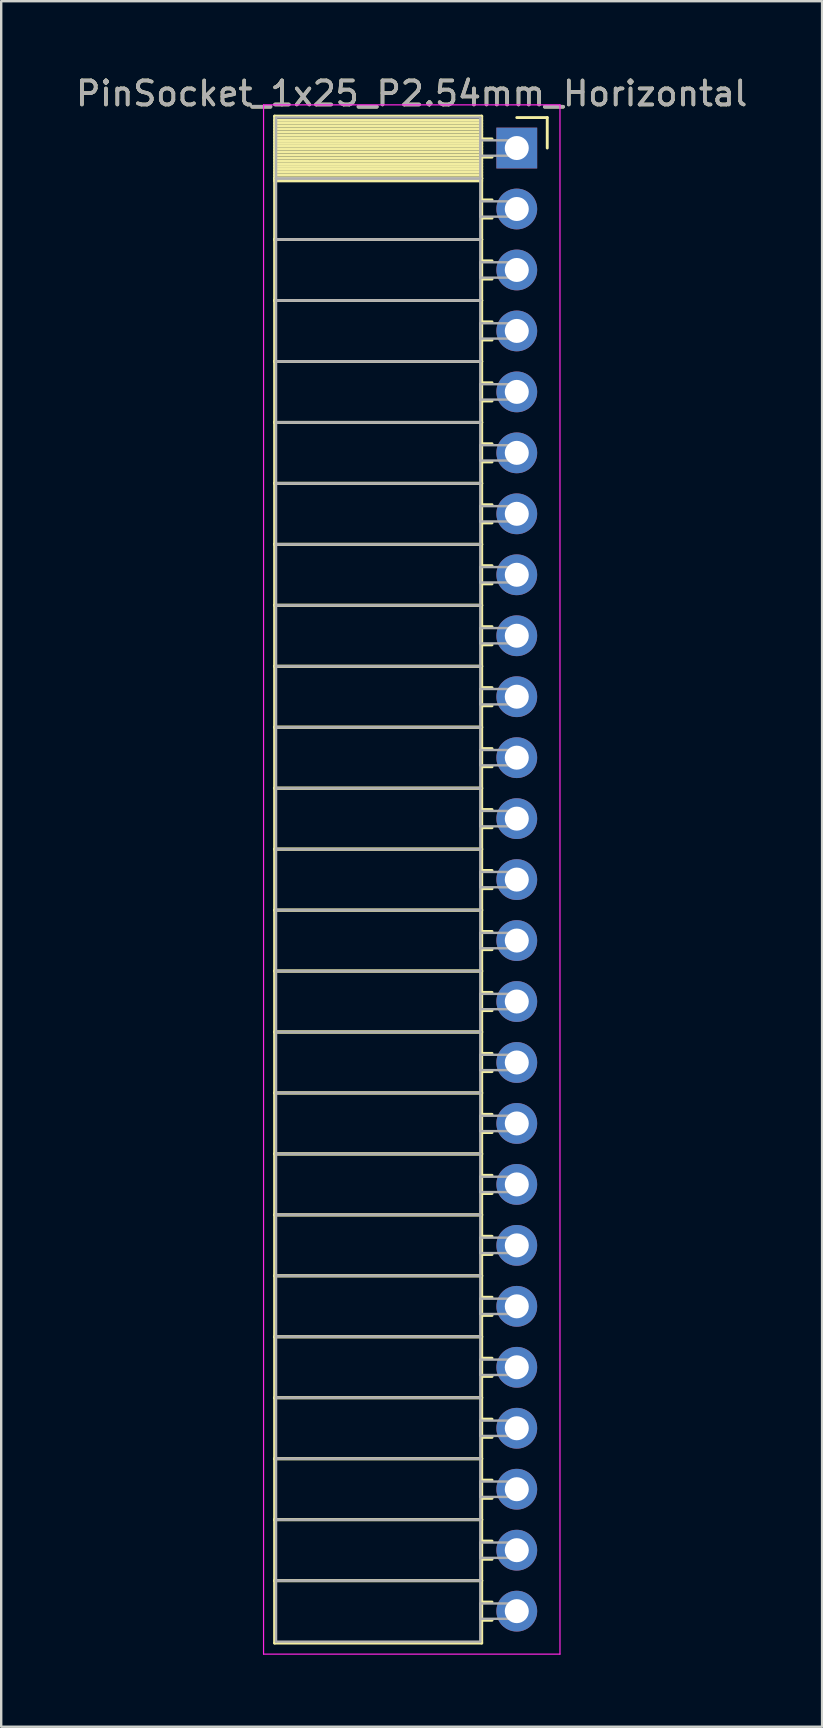
<source format=kicad_pcb>
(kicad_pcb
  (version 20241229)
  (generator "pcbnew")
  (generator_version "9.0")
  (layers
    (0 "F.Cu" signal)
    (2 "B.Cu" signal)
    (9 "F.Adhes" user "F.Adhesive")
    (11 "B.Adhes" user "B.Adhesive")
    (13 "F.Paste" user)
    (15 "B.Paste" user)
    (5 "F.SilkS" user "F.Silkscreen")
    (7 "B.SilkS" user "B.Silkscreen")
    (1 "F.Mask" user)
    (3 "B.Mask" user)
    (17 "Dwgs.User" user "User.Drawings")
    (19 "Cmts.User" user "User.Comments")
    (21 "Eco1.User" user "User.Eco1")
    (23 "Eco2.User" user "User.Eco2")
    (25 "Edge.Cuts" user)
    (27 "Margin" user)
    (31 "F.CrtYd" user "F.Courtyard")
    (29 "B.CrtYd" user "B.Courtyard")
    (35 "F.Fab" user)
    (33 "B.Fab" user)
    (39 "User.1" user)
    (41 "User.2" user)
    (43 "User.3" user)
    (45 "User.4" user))
  (footprint "PinSocket_1x25_P2.54mm_Horizontal"
    (layer "F.Cu")
    (at 18.481 3.118)
    (property "Reference" "PinSocket_1x25_P2.54mm_Horizontal" (at -4.38 -2.27 0) (layer "F.SilkS") (effects (font (size 1 1) (thickness 0.15))))
    (attr through_hole)
    (fp_line (start -10.09 -1.33) (end -1.46 -1.33) (stroke (width 0.12) (type solid)) (layer "F.SilkS"))
    (fp_line (start -10.09 1.27) (end -10.09 -1.33) (stroke (width 0.12) (type solid)) (layer "F.SilkS"))
    (fp_line (start -10.09 1.27) (end -1.46 1.27) (stroke (width 0.12) (type solid)) (layer "F.SilkS"))
    (fp_line (start -10.09 3.81) (end -10.09 1.27) (stroke (width 0.12) (type solid)) (layer "F.SilkS"))
    (fp_line (start -10.09 3.81) (end -1.46 3.81) (stroke (width 0.12) (type solid)) (layer "F.SilkS"))
    (fp_line (start -10.09 6.35) (end -10.09 3.81) (stroke (width 0.12) (type solid)) (layer "F.SilkS"))
    (fp_line (start -10.09 6.35) (end -1.46 6.35) (stroke (width 0.12) (type solid)) (layer "F.SilkS"))
    (fp_line (start -10.09 8.89) (end -10.09 6.35) (stroke (width 0.12) (type solid)) (layer "F.SilkS"))
    (fp_line (start -10.09 8.89) (end -1.46 8.89) (stroke (width 0.12) (type solid)) (layer "F.SilkS"))
    (fp_line (start -10.09 11.43) (end -10.09 8.89) (stroke (width 0.12) (type solid)) (layer "F.SilkS"))
    (fp_line (start -10.09 11.43) (end -1.46 11.43) (stroke (width 0.12) (type solid)) (layer "F.SilkS"))
    (fp_line (start -10.09 13.97) (end -10.09 11.43) (stroke (width 0.12) (type solid)) (layer "F.SilkS"))
    (fp_line (start -10.09 13.97) (end -1.46 13.97) (stroke (width 0.12) (type solid)) (layer "F.SilkS"))
    (fp_line (start -10.09 16.51) (end -10.09 13.97) (stroke (width 0.12) (type solid)) (layer "F.SilkS"))
    (fp_line (start -10.09 16.51) (end -1.46 16.51) (stroke (width 0.12) (type solid)) (layer "F.SilkS"))
    (fp_line (start -10.09 19.05) (end -10.09 16.51) (stroke (width 0.12) (type solid)) (layer "F.SilkS"))
    (fp_line (start -10.09 19.05) (end -1.46 19.05) (stroke (width 0.12) (type solid)) (layer "F.SilkS"))
    (fp_line (start -10.09 21.59) (end -10.09 19.05) (stroke (width 0.12) (type solid)) (layer "F.SilkS"))
    (fp_line (start -10.09 21.59) (end -1.46 21.59) (stroke (width 0.12) (type solid)) (layer "F.SilkS"))
    (fp_line (start -10.09 24.13) (end -10.09 21.59) (stroke (width 0.12) (type solid)) (layer "F.SilkS"))
    (fp_line (start -10.09 24.13) (end -1.46 24.13) (stroke (width 0.12) (type solid)) (layer "F.SilkS"))
    (fp_line (start -10.09 26.67) (end -10.09 24.13) (stroke (width 0.12) (type solid)) (layer "F.SilkS"))
    (fp_line (start -10.09 26.67) (end -1.46 26.67) (stroke (width 0.12) (type solid)) (layer "F.SilkS"))
    (fp_line (start -10.09 29.21) (end -10.09 26.67) (stroke (width 0.12) (type solid)) (layer "F.SilkS"))
    (fp_line (start -10.09 29.21) (end -1.46 29.21) (stroke (width 0.12) (type solid)) (layer "F.SilkS"))
    (fp_line (start -10.09 31.75) (end -10.09 29.21) (stroke (width 0.12) (type solid)) (layer "F.SilkS"))
    (fp_line (start -10.09 31.75) (end -1.46 31.75) (stroke (width 0.12) (type solid)) (layer "F.SilkS"))
    (fp_line (start -10.09 34.29) (end -10.09 31.75) (stroke (width 0.12) (type solid)) (layer "F.SilkS"))
    (fp_line (start -10.09 34.29) (end -1.46 34.29) (stroke (width 0.12) (type solid)) (layer "F.SilkS"))
    (fp_line (start -10.09 36.83) (end -10.09 34.29) (stroke (width 0.12) (type solid)) (layer "F.SilkS"))
    (fp_line (start -10.09 36.83) (end -1.46 36.83) (stroke (width 0.12) (type solid)) (layer "F.SilkS"))
    (fp_line (start -10.09 39.37) (end -10.09 36.83) (stroke (width 0.12) (type solid)) (layer "F.SilkS"))
    (fp_line (start -10.09 39.37) (end -1.46 39.37) (stroke (width 0.12) (type solid)) (layer "F.SilkS"))
    (fp_line (start -10.09 41.91) (end -10.09 39.37) (stroke (width 0.12) (type solid)) (layer "F.SilkS"))
    (fp_line (start -10.09 41.91) (end -1.46 41.91) (stroke (width 0.12) (type solid)) (layer "F.SilkS"))
    (fp_line (start -10.09 44.45) (end -10.09 41.91) (stroke (width 0.12) (type solid)) (layer "F.SilkS"))
    (fp_line (start -10.09 44.45) (end -1.46 44.45) (stroke (width 0.12) (type solid)) (layer "F.SilkS"))
    (fp_line (start -10.09 46.99) (end -10.09 44.45) (stroke (width 0.12) (type solid)) (layer "F.SilkS"))
    (fp_line (start -10.09 46.99) (end -1.46 46.99) (stroke (width 0.12) (type solid)) (layer "F.SilkS"))
    (fp_line (start -10.09 49.53) (end -10.09 46.99) (stroke (width 0.12) (type solid)) (layer "F.SilkS"))
    (fp_line (start -10.09 49.53) (end -1.46 49.53) (stroke (width 0.12) (type solid)) (layer "F.SilkS"))
    (fp_line (start -10.09 52.07) (end -10.09 49.53) (stroke (width 0.12) (type solid)) (layer "F.SilkS"))
    (fp_line (start -10.09 52.07) (end -1.46 52.07) (stroke (width 0.12) (type solid)) (layer "F.SilkS"))
    (fp_line (start -10.09 54.61) (end -10.09 52.07) (stroke (width 0.12) (type solid)) (layer "F.SilkS"))
    (fp_line (start -10.09 54.61) (end -1.46 54.61) (stroke (width 0.12) (type solid)) (layer "F.SilkS"))
    (fp_line (start -10.09 57.15) (end -10.09 54.61) (stroke (width 0.12) (type solid)) (layer "F.SilkS"))
    (fp_line (start -10.09 57.15) (end -1.46 57.15) (stroke (width 0.12) (type solid)) (layer "F.SilkS"))
    (fp_line (start -10.09 59.69) (end -10.09 57.15) (stroke (width 0.12) (type solid)) (layer "F.SilkS"))
    (fp_line (start -10.09 59.69) (end -1.46 59.69) (stroke (width 0.12) (type solid)) (layer "F.SilkS"))
    (fp_line (start -10.09 62.29) (end -10.09 59.69) (stroke (width 0.12) (type solid)) (layer "F.SilkS"))
    (fp_line (start -1.46 -1.33) (end -1.46 1.27) (stroke (width 0.12) (type solid)) (layer "F.SilkS"))
    (fp_line (start -1.46 -1.15) (end -10.09 -1.15) (stroke (width 0.12) (type solid)) (layer "F.SilkS"))
    (fp_line (start -1.46 -1.03) (end -10.09 -1.03) (stroke (width 0.12) (type solid)) (layer "F.SilkS"))
    (fp_line (start -1.46 -0.91) (end -10.09 -0.91) (stroke (width 0.12) (type solid)) (layer "F.SilkS"))
    (fp_line (start -1.46 -0.79) (end -10.09 -0.79) (stroke (width 0.12) (type solid)) (layer "F.SilkS"))
    (fp_line (start -1.46 -0.67) (end -10.09 -0.67) (stroke (width 0.12) (type solid)) (layer "F.SilkS"))
    (fp_line (start -1.46 -0.55) (end -10.09 -0.55) (stroke (width 0.12) (type solid)) (layer "F.SilkS"))
    (fp_line (start -1.46 -0.43) (end -10.09 -0.43) (stroke (width 0.12) (type solid)) (layer "F.SilkS"))
    (fp_line (start -1.46 -0.31) (end -10.09 -0.31) (stroke (width 0.12) (type solid)) (layer "F.SilkS"))
    (fp_line (start -1.46 -0.19) (end -10.09 -0.19) (stroke (width 0.12) (type solid)) (layer "F.SilkS"))
    (fp_line (start -1.46 -0.07) (end -10.09 -0.07) (stroke (width 0.12) (type solid)) (layer "F.SilkS"))
    (fp_line (start -1.46 0.05) (end -10.09 0.05) (stroke (width 0.12) (type solid)) (layer "F.SilkS"))
    (fp_line (start -1.46 0.17) (end -10.09 0.17) (stroke (width 0.12) (type solid)) (layer "F.SilkS"))
    (fp_line (start -1.46 0.29) (end -10.09 0.29) (stroke (width 0.12) (type solid)) (layer "F.SilkS"))
    (fp_line (start -1.46 0.41) (end -10.09 0.41) (stroke (width 0.12) (type solid)) (layer "F.SilkS"))
    (fp_line (start -1.46 0.53) (end -10.09 0.53) (stroke (width 0.12) (type solid)) (layer "F.SilkS"))
    (fp_line (start -1.46 0.65) (end -10.09 0.65) (stroke (width 0.12) (type solid)) (layer "F.SilkS"))
    (fp_line (start -1.46 0.77) (end -10.09 0.77) (stroke (width 0.12) (type solid)) (layer "F.SilkS"))
    (fp_line (start -1.46 0.89) (end -10.09 0.89) (stroke (width 0.12) (type solid)) (layer "F.SilkS"))
    (fp_line (start -1.46 1.01) (end -10.09 1.01) (stroke (width 0.12) (type solid)) (layer "F.SilkS"))
    (fp_line (start -1.46 1.13) (end -10.09 1.13) (stroke (width 0.12) (type solid)) (layer "F.SilkS"))
    (fp_line (start -1.46 1.25) (end -10.09 1.25) (stroke (width 0.12) (type solid)) (layer "F.SilkS"))
    (fp_line (start -1.46 1.27) (end -10.09 1.27) (stroke (width 0.12) (type solid)) (layer "F.SilkS"))
    (fp_line (start -1.46 1.27) (end -1.46 3.81) (stroke (width 0.12) (type solid)) (layer "F.SilkS"))
    (fp_line (start -1.46 1.37) (end -10.09 1.37) (stroke (width 0.12) (type solid)) (layer "F.SilkS"))
    (fp_line (start -1.46 3.81) (end -10.09 3.81) (stroke (width 0.12) (type solid)) (layer "F.SilkS"))
    (fp_line (start -1.46 3.81) (end -1.46 6.35) (stroke (width 0.12) (type solid)) (layer "F.SilkS"))
    (fp_line (start -1.46 6.35) (end -10.09 6.35) (stroke (width 0.12) (type solid)) (layer "F.SilkS"))
    (fp_line (start -1.46 6.35) (end -1.46 8.89) (stroke (width 0.12) (type solid)) (layer "F.SilkS"))
    (fp_line (start -1.46 8.89) (end -10.09 8.89) (stroke (width 0.12) (type solid)) (layer "F.SilkS"))
    (fp_line (start -1.46 8.89) (end -1.46 11.43) (stroke (width 0.12) (type solid)) (layer "F.SilkS"))
    (fp_line (start -1.46 11.43) (end -10.09 11.43) (stroke (width 0.12) (type solid)) (layer "F.SilkS"))
    (fp_line (start -1.46 11.43) (end -1.46 13.97) (stroke (width 0.12) (type solid)) (layer "F.SilkS"))
    (fp_line (start -1.46 13.97) (end -10.09 13.97) (stroke (width 0.12) (type solid)) (layer "F.SilkS"))
    (fp_line (start -1.46 13.97) (end -1.46 16.51) (stroke (width 0.12) (type solid)) (layer "F.SilkS"))
    (fp_line (start -1.46 16.51) (end -10.09 16.51) (stroke (width 0.12) (type solid)) (layer "F.SilkS"))
    (fp_line (start -1.46 16.51) (end -1.46 19.05) (stroke (width 0.12) (type solid)) (layer "F.SilkS"))
    (fp_line (start -1.46 19.05) (end -10.09 19.05) (stroke (width 0.12) (type solid)) (layer "F.SilkS"))
    (fp_line (start -1.46 19.05) (end -1.46 21.59) (stroke (width 0.12) (type solid)) (layer "F.SilkS"))
    (fp_line (start -1.46 21.59) (end -10.09 21.59) (stroke (width 0.12) (type solid)) (layer "F.SilkS"))
    (fp_line (start -1.46 21.59) (end -1.46 24.13) (stroke (width 0.12) (type solid)) (layer "F.SilkS"))
    (fp_line (start -1.46 24.13) (end -10.09 24.13) (stroke (width 0.12) (type solid)) (layer "F.SilkS"))
    (fp_line (start -1.46 24.13) (end -1.46 26.67) (stroke (width 0.12) (type solid)) (layer "F.SilkS"))
    (fp_line (start -1.46 26.67) (end -10.09 26.67) (stroke (width 0.12) (type solid)) (layer "F.SilkS"))
    (fp_line (start -1.46 26.67) (end -1.46 29.21) (stroke (width 0.12) (type solid)) (layer "F.SilkS"))
    (fp_line (start -1.46 29.21) (end -10.09 29.21) (stroke (width 0.12) (type solid)) (layer "F.SilkS"))
    (fp_line (start -1.46 29.21) (end -1.46 31.75) (stroke (width 0.12) (type solid)) (layer "F.SilkS"))
    (fp_line (start -1.46 31.75) (end -10.09 31.75) (stroke (width 0.12) (type solid)) (layer "F.SilkS"))
    (fp_line (start -1.46 31.75) (end -1.46 34.29) (stroke (width 0.12) (type solid)) (layer "F.SilkS"))
    (fp_line (start -1.46 34.29) (end -10.09 34.29) (stroke (width 0.12) (type solid)) (layer "F.SilkS"))
    (fp_line (start -1.46 34.29) (end -1.46 36.83) (stroke (width 0.12) (type solid)) (layer "F.SilkS"))
    (fp_line (start -1.46 36.83) (end -10.09 36.83) (stroke (width 0.12) (type solid)) (layer "F.SilkS"))
    (fp_line (start -1.46 36.83) (end -1.46 39.37) (stroke (width 0.12) (type solid)) (layer "F.SilkS"))
    (fp_line (start -1.46 39.37) (end -10.09 39.37) (stroke (width 0.12) (type solid)) (layer "F.SilkS"))
    (fp_line (start -1.46 39.37) (end -1.46 41.91) (stroke (width 0.12) (type solid)) (layer "F.SilkS"))
    (fp_line (start -1.46 41.91) (end -10.09 41.91) (stroke (width 0.12) (type solid)) (layer "F.SilkS"))
    (fp_line (start -1.46 41.91) (end -1.46 44.45) (stroke (width 0.12) (type solid)) (layer "F.SilkS"))
    (fp_line (start -1.46 44.45) (end -10.09 44.45) (stroke (width 0.12) (type solid)) (layer "F.SilkS"))
    (fp_line (start -1.46 44.45) (end -1.46 46.99) (stroke (width 0.12) (type solid)) (layer "F.SilkS"))
    (fp_line (start -1.46 46.99) (end -10.09 46.99) (stroke (width 0.12) (type solid)) (layer "F.SilkS"))
    (fp_line (start -1.46 46.99) (end -1.46 49.53) (stroke (width 0.12) (type solid)) (layer "F.SilkS"))
    (fp_line (start -1.46 49.53) (end -10.09 49.53) (stroke (width 0.12) (type solid)) (layer "F.SilkS"))
    (fp_line (start -1.46 49.53) (end -1.46 52.07) (stroke (width 0.12) (type solid)) (layer "F.SilkS"))
    (fp_line (start -1.46 52.07) (end -10.09 52.07) (stroke (width 0.12) (type solid)) (layer "F.SilkS"))
    (fp_line (start -1.46 52.07) (end -1.46 54.61) (stroke (width 0.12) (type solid)) (layer "F.SilkS"))
    (fp_line (start -1.46 54.61) (end -10.09 54.61) (stroke (width 0.12) (type solid)) (layer "F.SilkS"))
    (fp_line (start -1.46 54.61) (end -1.46 57.15) (stroke (width 0.12) (type solid)) (layer "F.SilkS"))
    (fp_line (start -1.46 57.15) (end -10.09 57.15) (stroke (width 0.12) (type solid)) (layer "F.SilkS"))
    (fp_line (start -1.46 57.15) (end -1.46 59.69) (stroke (width 0.12) (type solid)) (layer "F.SilkS"))
    (fp_line (start -1.46 59.69) (end -10.09 59.69) (stroke (width 0.12) (type solid)) (layer "F.SilkS"))
    (fp_line (start -1.46 59.69) (end -1.46 62.29) (stroke (width 0.12) (type solid)) (layer "F.SilkS"))
    (fp_line (start -1.46 62.29) (end -10.09 62.29) (stroke (width 0.12) (type solid)) (layer "F.SilkS"))
    (fp_line (start -1.03 -0.38) (end -1.46 -0.38) (stroke (width 0.12) (type solid)) (layer "F.SilkS"))
    (fp_line (start -1.03 0.38) (end -1.46 0.38) (stroke (width 0.12) (type solid)) (layer "F.SilkS"))
    (fp_line (start -1.03 2.16) (end -1.46 2.16) (stroke (width 0.12) (type solid)) (layer "F.SilkS"))
    (fp_line (start -1.03 2.92) (end -1.46 2.92) (stroke (width 0.12) (type solid)) (layer "F.SilkS"))
    (fp_line (start -1.03 4.7) (end -1.46 4.7) (stroke (width 0.12) (type solid)) (layer "F.SilkS"))
    (fp_line (start -1.03 5.46) (end -1.46 5.46) (stroke (width 0.12) (type solid)) (layer "F.SilkS"))
    (fp_line (start -1.03 7.24) (end -1.46 7.24) (stroke (width 0.12) (type solid)) (layer "F.SilkS"))
    (fp_line (start -1.03 8) (end -1.46 8) (stroke (width 0.12) (type solid)) (layer "F.SilkS"))
    (fp_line (start -1.03 9.78) (end -1.46 9.78) (stroke (width 0.12) (type solid)) (layer "F.SilkS"))
    (fp_line (start -1.03 10.54) (end -1.46 10.54) (stroke (width 0.12) (type solid)) (layer "F.SilkS"))
    (fp_line (start -1.03 12.32) (end -1.46 12.32) (stroke (width 0.12) (type solid)) (layer "F.SilkS"))
    (fp_line (start -1.03 13.08) (end -1.46 13.08) (stroke (width 0.12) (type solid)) (layer "F.SilkS"))
    (fp_line (start -1.03 14.86) (end -1.46 14.86) (stroke (width 0.12) (type solid)) (layer "F.SilkS"))
    (fp_line (start -1.03 15.62) (end -1.46 15.62) (stroke (width 0.12) (type solid)) (layer "F.SilkS"))
    (fp_line (start -1.03 17.4) (end -1.46 17.4) (stroke (width 0.12) (type solid)) (layer "F.SilkS"))
    (fp_line (start -1.03 18.16) (end -1.46 18.16) (stroke (width 0.12) (type solid)) (layer "F.SilkS"))
    (fp_line (start -1.03 19.94) (end -1.46 19.94) (stroke (width 0.12) (type solid)) (layer "F.SilkS"))
    (fp_line (start -1.03 20.7) (end -1.46 20.7) (stroke (width 0.12) (type solid)) (layer "F.SilkS"))
    (fp_line (start -1.03 22.48) (end -1.46 22.48) (stroke (width 0.12) (type solid)) (layer "F.SilkS"))
    (fp_line (start -1.03 23.24) (end -1.46 23.24) (stroke (width 0.12) (type solid)) (layer "F.SilkS"))
    (fp_line (start -1.03 25.02) (end -1.46 25.02) (stroke (width 0.12) (type solid)) (layer "F.SilkS"))
    (fp_line (start -1.03 25.78) (end -1.46 25.78) (stroke (width 0.12) (type solid)) (layer "F.SilkS"))
    (fp_line (start -1.03 27.56) (end -1.46 27.56) (stroke (width 0.12) (type solid)) (layer "F.SilkS"))
    (fp_line (start -1.03 28.32) (end -1.46 28.32) (stroke (width 0.12) (type solid)) (layer "F.SilkS"))
    (fp_line (start -1.03 30.1) (end -1.46 30.1) (stroke (width 0.12) (type solid)) (layer "F.SilkS"))
    (fp_line (start -1.03 30.86) (end -1.46 30.86) (stroke (width 0.12) (type solid)) (layer "F.SilkS"))
    (fp_line (start -1.03 32.64) (end -1.46 32.64) (stroke (width 0.12) (type solid)) (layer "F.SilkS"))
    (fp_line (start -1.03 33.4) (end -1.46 33.4) (stroke (width 0.12) (type solid)) (layer "F.SilkS"))
    (fp_line (start -1.03 35.18) (end -1.46 35.18) (stroke (width 0.12) (type solid)) (layer "F.SilkS"))
    (fp_line (start -1.03 35.94) (end -1.46 35.94) (stroke (width 0.12) (type solid)) (layer "F.SilkS"))
    (fp_line (start -1.03 37.72) (end -1.46 37.72) (stroke (width 0.12) (type solid)) (layer "F.SilkS"))
    (fp_line (start -1.03 38.48) (end -1.46 38.48) (stroke (width 0.12) (type solid)) (layer "F.SilkS"))
    (fp_line (start -1.03 40.26) (end -1.46 40.26) (stroke (width 0.12) (type solid)) (layer "F.SilkS"))
    (fp_line (start -1.03 41.02) (end -1.46 41.02) (stroke (width 0.12) (type solid)) (layer "F.SilkS"))
    (fp_line (start -1.03 42.8) (end -1.46 42.8) (stroke (width 0.12) (type solid)) (layer "F.SilkS"))
    (fp_line (start -1.03 43.56) (end -1.46 43.56) (stroke (width 0.12) (type solid)) (layer "F.SilkS"))
    (fp_line (start -1.03 45.34) (end -1.46 45.34) (stroke (width 0.12) (type solid)) (layer "F.SilkS"))
    (fp_line (start -1.03 46.1) (end -1.46 46.1) (stroke (width 0.12) (type solid)) (layer "F.SilkS"))
    (fp_line (start -1.03 47.88) (end -1.46 47.88) (stroke (width 0.12) (type solid)) (layer "F.SilkS"))
    (fp_line (start -1.03 48.64) (end -1.46 48.64) (stroke (width 0.12) (type solid)) (layer "F.SilkS"))
    (fp_line (start -1.03 50.42) (end -1.46 50.42) (stroke (width 0.12) (type solid)) (layer "F.SilkS"))
    (fp_line (start -1.03 51.18) (end -1.46 51.18) (stroke (width 0.12) (type solid)) (layer "F.SilkS"))
    (fp_line (start -1.03 52.96) (end -1.46 52.96) (stroke (width 0.12) (type solid)) (layer "F.SilkS"))
    (fp_line (start -1.03 53.72) (end -1.46 53.72) (stroke (width 0.12) (type solid)) (layer "F.SilkS"))
    (fp_line (start -1.03 55.5) (end -1.46 55.5) (stroke (width 0.12) (type solid)) (layer "F.SilkS"))
    (fp_line (start -1.03 56.26) (end -1.46 56.26) (stroke (width 0.12) (type solid)) (layer "F.SilkS"))
    (fp_line (start -1.03 58.04) (end -1.46 58.04) (stroke (width 0.12) (type solid)) (layer "F.SilkS"))
    (fp_line (start -1.03 58.8) (end -1.46 58.8) (stroke (width 0.12) (type solid)) (layer "F.SilkS"))
    (fp_line (start -1.03 60.58) (end -1.46 60.58) (stroke (width 0.12) (type solid)) (layer "F.SilkS"))
    (fp_line (start -1.03 61.34) (end -1.46 61.34) (stroke (width 0.12) (type solid)) (layer "F.SilkS"))
    (fp_line (start 0 -1.27) (end 1.27 -1.27) (stroke (width 0.12) (type solid)) (layer "F.SilkS"))
    (fp_line (start 1.27 -1.27) (end 1.27 0) (stroke (width 0.12) (type solid)) (layer "F.SilkS"))
    (fp_line (start -10.55 -1.8) (end 1.8 -1.8) (stroke (width 0.05) (type solid)) (layer "F.CrtYd"))
    (fp_line (start -10.55 62.75) (end -10.55 -1.8) (stroke (width 0.05) (type solid)) (layer "F.CrtYd"))
    (fp_line (start 1.8 -1.8) (end 1.8 62.75) (stroke (width 0.05) (type solid)) (layer "F.CrtYd"))
    (fp_line (start 1.8 62.75) (end -10.55 62.75) (stroke (width 0.05) (type solid)) (layer "F.CrtYd"))
    (fp_line (start -10.03 -1.27) (end -1.52 -1.27) (stroke (width 0.1) (type solid)) (layer "F.Fab"))
    (fp_line (start -10.03 1.27) (end -10.03 -1.27) (stroke (width 0.1) (type solid)) (layer "F.Fab"))
    (fp_line (start -10.03 1.27) (end -1.52 1.27) (stroke (width 0.1) (type solid)) (layer "F.Fab"))
    (fp_line (start -10.03 3.81) (end -10.03 1.27) (stroke (width 0.1) (type solid)) (layer "F.Fab"))
    (fp_line (start -10.03 3.81) (end -1.52 3.81) (stroke (width 0.1) (type solid)) (layer "F.Fab"))
    (fp_line (start -10.03 6.35) (end -10.03 3.81) (stroke (width 0.1) (type solid)) (layer "F.Fab"))
    (fp_line (start -10.03 6.35) (end -1.52 6.35) (stroke (width 0.1) (type solid)) (layer "F.Fab"))
    (fp_line (start -10.03 8.89) (end -10.03 6.35) (stroke (width 0.1) (type solid)) (layer "F.Fab"))
    (fp_line (start -10.03 8.89) (end -1.52 8.89) (stroke (width 0.1) (type solid)) (layer "F.Fab"))
    (fp_line (start -10.03 11.43) (end -10.03 8.89) (stroke (width 0.1) (type solid)) (layer "F.Fab"))
    (fp_line (start -10.03 11.43) (end -1.52 11.43) (stroke (width 0.1) (type solid)) (layer "F.Fab"))
    (fp_line (start -10.03 13.97) (end -10.03 11.43) (stroke (width 0.1) (type solid)) (layer "F.Fab"))
    (fp_line (start -10.03 13.97) (end -1.52 13.97) (stroke (width 0.1) (type solid)) (layer "F.Fab"))
    (fp_line (start -10.03 16.51) (end -10.03 13.97) (stroke (width 0.1) (type solid)) (layer "F.Fab"))
    (fp_line (start -10.03 16.51) (end -1.52 16.51) (stroke (width 0.1) (type solid)) (layer "F.Fab"))
    (fp_line (start -10.03 19.05) (end -10.03 16.51) (stroke (width 0.1) (type solid)) (layer "F.Fab"))
    (fp_line (start -10.03 19.05) (end -1.52 19.05) (stroke (width 0.1) (type solid)) (layer "F.Fab"))
    (fp_line (start -10.03 21.59) (end -10.03 19.05) (stroke (width 0.1) (type solid)) (layer "F.Fab"))
    (fp_line (start -10.03 21.59) (end -1.52 21.59) (stroke (width 0.1) (type solid)) (layer "F.Fab"))
    (fp_line (start -10.03 24.13) (end -10.03 21.59) (stroke (width 0.1) (type solid)) (layer "F.Fab"))
    (fp_line (start -10.03 24.13) (end -1.52 24.13) (stroke (width 0.1) (type solid)) (layer "F.Fab"))
    (fp_line (start -10.03 26.67) (end -10.03 24.13) (stroke (width 0.1) (type solid)) (layer "F.Fab"))
    (fp_line (start -10.03 26.67) (end -1.52 26.67) (stroke (width 0.1) (type solid)) (layer "F.Fab"))
    (fp_line (start -10.03 29.21) (end -10.03 26.67) (stroke (width 0.1) (type solid)) (layer "F.Fab"))
    (fp_line (start -10.03 29.21) (end -1.52 29.21) (stroke (width 0.1) (type solid)) (layer "F.Fab"))
    (fp_line (start -10.03 31.75) (end -10.03 29.21) (stroke (width 0.1) (type solid)) (layer "F.Fab"))
    (fp_line (start -10.03 31.75) (end -1.52 31.75) (stroke (width 0.1) (type solid)) (layer "F.Fab"))
    (fp_line (start -10.03 34.29) (end -10.03 31.75) (stroke (width 0.1) (type solid)) (layer "F.Fab"))
    (fp_line (start -10.03 34.29) (end -1.52 34.29) (stroke (width 0.1) (type solid)) (layer "F.Fab"))
    (fp_line (start -10.03 36.83) (end -10.03 34.29) (stroke (width 0.1) (type solid)) (layer "F.Fab"))
    (fp_line (start -10.03 36.83) (end -1.52 36.83) (stroke (width 0.1) (type solid)) (layer "F.Fab"))
    (fp_line (start -10.03 39.37) (end -10.03 36.83) (stroke (width 0.1) (type solid)) (layer "F.Fab"))
    (fp_line (start -10.03 39.37) (end -1.52 39.37) (stroke (width 0.1) (type solid)) (layer "F.Fab"))
    (fp_line (start -10.03 41.91) (end -10.03 39.37) (stroke (width 0.1) (type solid)) (layer "F.Fab"))
    (fp_line (start -10.03 41.91) (end -1.52 41.91) (stroke (width 0.1) (type solid)) (layer "F.Fab"))
    (fp_line (start -10.03 44.45) (end -10.03 41.91) (stroke (width 0.1) (type solid)) (layer "F.Fab"))
    (fp_line (start -10.03 44.45) (end -1.52 44.45) (stroke (width 0.1) (type solid)) (layer "F.Fab"))
    (fp_line (start -10.03 46.99) (end -10.03 44.45) (stroke (width 0.1) (type solid)) (layer "F.Fab"))
    (fp_line (start -10.03 46.99) (end -1.52 46.99) (stroke (width 0.1) (type solid)) (layer "F.Fab"))
    (fp_line (start -10.03 49.53) (end -10.03 46.99) (stroke (width 0.1) (type solid)) (layer "F.Fab"))
    (fp_line (start -10.03 49.53) (end -1.52 49.53) (stroke (width 0.1) (type solid)) (layer "F.Fab"))
    (fp_line (start -10.03 52.07) (end -10.03 49.53) (stroke (width 0.1) (type solid)) (layer "F.Fab"))
    (fp_line (start -10.03 52.07) (end -1.52 52.07) (stroke (width 0.1) (type solid)) (layer "F.Fab"))
    (fp_line (start -10.03 54.61) (end -10.03 52.07) (stroke (width 0.1) (type solid)) (layer "F.Fab"))
    (fp_line (start -10.03 54.61) (end -1.52 54.61) (stroke (width 0.1) (type solid)) (layer "F.Fab"))
    (fp_line (start -10.03 57.15) (end -10.03 54.61) (stroke (width 0.1) (type solid)) (layer "F.Fab"))
    (fp_line (start -10.03 57.15) (end -1.52 57.15) (stroke (width 0.1) (type solid)) (layer "F.Fab"))
    (fp_line (start -10.03 59.69) (end -10.03 57.15) (stroke (width 0.1) (type solid)) (layer "F.Fab"))
    (fp_line (start -10.03 59.69) (end -1.52 59.69) (stroke (width 0.1) (type solid)) (layer "F.Fab"))
    (fp_line (start -10.03 62.23) (end -10.03 59.69) (stroke (width 0.1) (type solid)) (layer "F.Fab"))
    (fp_line (start -1.52 -1.27) (end -1.52 1.27) (stroke (width 0.1) (type solid)) (layer "F.Fab"))
    (fp_line (start -1.52 -0.32) (end 0 -0.32) (stroke (width 0.1) (type solid)) (layer "F.Fab"))
    (fp_line (start -1.52 0.32) (end -1.52 -0.32) (stroke (width 0.1) (type solid)) (layer "F.Fab"))
    (fp_line (start -1.52 1.27) (end -10.03 1.27) (stroke (width 0.1) (type solid)) (layer "F.Fab"))
    (fp_line (start -1.52 1.27) (end -1.52 3.81) (stroke (width 0.1) (type solid)) (layer "F.Fab"))
    (fp_line (start -1.52 2.22) (end 0 2.22) (stroke (width 0.1) (type solid)) (layer "F.Fab"))
    (fp_line (start -1.52 2.86) (end -1.52 2.22) (stroke (width 0.1) (type solid)) (layer "F.Fab"))
    (fp_line (start -1.52 3.81) (end -10.03 3.81) (stroke (width 0.1) (type solid)) (layer "F.Fab"))
    (fp_line (start -1.52 3.81) (end -1.52 6.35) (stroke (width 0.1) (type solid)) (layer "F.Fab"))
    (fp_line (start -1.52 4.76) (end 0 4.76) (stroke (width 0.1) (type solid)) (layer "F.Fab"))
    (fp_line (start -1.52 5.4) (end -1.52 4.76) (stroke (width 0.1) (type solid)) (layer "F.Fab"))
    (fp_line (start -1.52 6.35) (end -10.03 6.35) (stroke (width 0.1) (type solid)) (layer "F.Fab"))
    (fp_line (start -1.52 6.35) (end -1.52 8.89) (stroke (width 0.1) (type solid)) (layer "F.Fab"))
    (fp_line (start -1.52 7.3) (end 0 7.3) (stroke (width 0.1) (type solid)) (layer "F.Fab"))
    (fp_line (start -1.52 7.94) (end -1.52 7.3) (stroke (width 0.1) (type solid)) (layer "F.Fab"))
    (fp_line (start -1.52 8.89) (end -10.03 8.89) (stroke (width 0.1) (type solid)) (layer "F.Fab"))
    (fp_line (start -1.52 8.89) (end -1.52 11.43) (stroke (width 0.1) (type solid)) (layer "F.Fab"))
    (fp_line (start -1.52 9.84) (end 0 9.84) (stroke (width 0.1) (type solid)) (layer "F.Fab"))
    (fp_line (start -1.52 10.48) (end -1.52 9.84) (stroke (width 0.1) (type solid)) (layer "F.Fab"))
    (fp_line (start -1.52 11.43) (end -10.03 11.43) (stroke (width 0.1) (type solid)) (layer "F.Fab"))
    (fp_line (start -1.52 11.43) (end -1.52 13.97) (stroke (width 0.1) (type solid)) (layer "F.Fab"))
    (fp_line (start -1.52 12.38) (end 0 12.38) (stroke (width 0.1) (type solid)) (layer "F.Fab"))
    (fp_line (start -1.52 13.02) (end -1.52 12.38) (stroke (width 0.1) (type solid)) (layer "F.Fab"))
    (fp_line (start -1.52 13.97) (end -10.03 13.97) (stroke (width 0.1) (type solid)) (layer "F.Fab"))
    (fp_line (start -1.52 13.97) (end -1.52 16.51) (stroke (width 0.1) (type solid)) (layer "F.Fab"))
    (fp_line (start -1.52 14.92) (end 0 14.92) (stroke (width 0.1) (type solid)) (layer "F.Fab"))
    (fp_line (start -1.52 15.56) (end -1.52 14.92) (stroke (width 0.1) (type solid)) (layer "F.Fab"))
    (fp_line (start -1.52 16.51) (end -10.03 16.51) (stroke (width 0.1) (type solid)) (layer "F.Fab"))
    (fp_line (start -1.52 16.51) (end -1.52 19.05) (stroke (width 0.1) (type solid)) (layer "F.Fab"))
    (fp_line (start -1.52 17.46) (end 0 17.46) (stroke (width 0.1) (type solid)) (layer "F.Fab"))
    (fp_line (start -1.52 18.1) (end -1.52 17.46) (stroke (width 0.1) (type solid)) (layer "F.Fab"))
    (fp_line (start -1.52 19.05) (end -10.03 19.05) (stroke (width 0.1) (type solid)) (layer "F.Fab"))
    (fp_line (start -1.52 19.05) (end -1.52 21.59) (stroke (width 0.1) (type solid)) (layer "F.Fab"))
    (fp_line (start -1.52 20) (end 0 20) (stroke (width 0.1) (type solid)) (layer "F.Fab"))
    (fp_line (start -1.52 20.64) (end -1.52 20) (stroke (width 0.1) (type solid)) (layer "F.Fab"))
    (fp_line (start -1.52 21.59) (end -10.03 21.59) (stroke (width 0.1) (type solid)) (layer "F.Fab"))
    (fp_line (start -1.52 21.59) (end -1.52 24.13) (stroke (width 0.1) (type solid)) (layer "F.Fab"))
    (fp_line (start -1.52 22.54) (end 0 22.54) (stroke (width 0.1) (type solid)) (layer "F.Fab"))
    (fp_line (start -1.52 23.18) (end -1.52 22.54) (stroke (width 0.1) (type solid)) (layer "F.Fab"))
    (fp_line (start -1.52 24.13) (end -10.03 24.13) (stroke (width 0.1) (type solid)) (layer "F.Fab"))
    (fp_line (start -1.52 24.13) (end -1.52 26.67) (stroke (width 0.1) (type solid)) (layer "F.Fab"))
    (fp_line (start -1.52 25.08) (end 0 25.08) (stroke (width 0.1) (type solid)) (layer "F.Fab"))
    (fp_line (start -1.52 25.72) (end -1.52 25.08) (stroke (width 0.1) (type solid)) (layer "F.Fab"))
    (fp_line (start -1.52 26.67) (end -10.03 26.67) (stroke (width 0.1) (type solid)) (layer "F.Fab"))
    (fp_line (start -1.52 26.67) (end -1.52 29.21) (stroke (width 0.1) (type solid)) (layer "F.Fab"))
    (fp_line (start -1.52 27.62) (end 0 27.62) (stroke (width 0.1) (type solid)) (layer "F.Fab"))
    (fp_line (start -1.52 28.26) (end -1.52 27.62) (stroke (width 0.1) (type solid)) (layer "F.Fab"))
    (fp_line (start -1.52 29.21) (end -10.03 29.21) (stroke (width 0.1) (type solid)) (layer "F.Fab"))
    (fp_line (start -1.52 29.21) (end -1.52 31.75) (stroke (width 0.1) (type solid)) (layer "F.Fab"))
    (fp_line (start -1.52 30.16) (end 0 30.16) (stroke (width 0.1) (type solid)) (layer "F.Fab"))
    (fp_line (start -1.52 30.8) (end -1.52 30.16) (stroke (width 0.1) (type solid)) (layer "F.Fab"))
    (fp_line (start -1.52 31.75) (end -10.03 31.75) (stroke (width 0.1) (type solid)) (layer "F.Fab"))
    (fp_line (start -1.52 31.75) (end -1.52 34.29) (stroke (width 0.1) (type solid)) (layer "F.Fab"))
    (fp_line (start -1.52 32.7) (end 0 32.7) (stroke (width 0.1) (type solid)) (layer "F.Fab"))
    (fp_line (start -1.52 33.34) (end -1.52 32.7) (stroke (width 0.1) (type solid)) (layer "F.Fab"))
    (fp_line (start -1.52 34.29) (end -10.03 34.29) (stroke (width 0.1) (type solid)) (layer "F.Fab"))
    (fp_line (start -1.52 34.29) (end -1.52 36.83) (stroke (width 0.1) (type solid)) (layer "F.Fab"))
    (fp_line (start -1.52 35.24) (end 0 35.24) (stroke (width 0.1) (type solid)) (layer "F.Fab"))
    (fp_line (start -1.52 35.88) (end -1.52 35.24) (stroke (width 0.1) (type solid)) (layer "F.Fab"))
    (fp_line (start -1.52 36.83) (end -10.03 36.83) (stroke (width 0.1) (type solid)) (layer "F.Fab"))
    (fp_line (start -1.52 36.83) (end -1.52 39.37) (stroke (width 0.1) (type solid)) (layer "F.Fab"))
    (fp_line (start -1.52 37.78) (end 0 37.78) (stroke (width 0.1) (type solid)) (layer "F.Fab"))
    (fp_line (start -1.52 38.42) (end -1.52 37.78) (stroke (width 0.1) (type solid)) (layer "F.Fab"))
    (fp_line (start -1.52 39.37) (end -10.03 39.37) (stroke (width 0.1) (type solid)) (layer "F.Fab"))
    (fp_line (start -1.52 39.37) (end -1.52 41.91) (stroke (width 0.1) (type solid)) (layer "F.Fab"))
    (fp_line (start -1.52 40.32) (end 0 40.32) (stroke (width 0.1) (type solid)) (layer "F.Fab"))
    (fp_line (start -1.52 40.96) (end -1.52 40.32) (stroke (width 0.1) (type solid)) (layer "F.Fab"))
    (fp_line (start -1.52 41.91) (end -10.03 41.91) (stroke (width 0.1) (type solid)) (layer "F.Fab"))
    (fp_line (start -1.52 41.91) (end -1.52 44.45) (stroke (width 0.1) (type solid)) (layer "F.Fab"))
    (fp_line (start -1.52 42.86) (end 0 42.86) (stroke (width 0.1) (type solid)) (layer "F.Fab"))
    (fp_line (start -1.52 43.5) (end -1.52 42.86) (stroke (width 0.1) (type solid)) (layer "F.Fab"))
    (fp_line (start -1.52 44.45) (end -10.03 44.45) (stroke (width 0.1) (type solid)) (layer "F.Fab"))
    (fp_line (start -1.52 44.45) (end -1.52 46.99) (stroke (width 0.1) (type solid)) (layer "F.Fab"))
    (fp_line (start -1.52 45.4) (end 0 45.4) (stroke (width 0.1) (type solid)) (layer "F.Fab"))
    (fp_line (start -1.52 46.04) (end -1.52 45.4) (stroke (width 0.1) (type solid)) (layer "F.Fab"))
    (fp_line (start -1.52 46.99) (end -10.03 46.99) (stroke (width 0.1) (type solid)) (layer "F.Fab"))
    (fp_line (start -1.52 46.99) (end -1.52 49.53) (stroke (width 0.1) (type solid)) (layer "F.Fab"))
    (fp_line (start -1.52 47.94) (end 0 47.94) (stroke (width 0.1) (type solid)) (layer "F.Fab"))
    (fp_line (start -1.52 48.58) (end -1.52 47.94) (stroke (width 0.1) (type solid)) (layer "F.Fab"))
    (fp_line (start -1.52 49.53) (end -10.03 49.53) (stroke (width 0.1) (type solid)) (layer "F.Fab"))
    (fp_line (start -1.52 49.53) (end -1.52 52.07) (stroke (width 0.1) (type solid)) (layer "F.Fab"))
    (fp_line (start -1.52 50.48) (end 0 50.48) (stroke (width 0.1) (type solid)) (layer "F.Fab"))
    (fp_line (start -1.52 51.12) (end -1.52 50.48) (stroke (width 0.1) (type solid)) (layer "F.Fab"))
    (fp_line (start -1.52 52.07) (end -10.03 52.07) (stroke (width 0.1) (type solid)) (layer "F.Fab"))
    (fp_line (start -1.52 52.07) (end -1.52 54.61) (stroke (width 0.1) (type solid)) (layer "F.Fab"))
    (fp_line (start -1.52 53.02) (end 0 53.02) (stroke (width 0.1) (type solid)) (layer "F.Fab"))
    (fp_line (start -1.52 53.66) (end -1.52 53.02) (stroke (width 0.1) (type solid)) (layer "F.Fab"))
    (fp_line (start -1.52 54.61) (end -10.03 54.61) (stroke (width 0.1) (type solid)) (layer "F.Fab"))
    (fp_line (start -1.52 54.61) (end -1.52 57.15) (stroke (width 0.1) (type solid)) (layer "F.Fab"))
    (fp_line (start -1.52 55.56) (end 0 55.56) (stroke (width 0.1) (type solid)) (layer "F.Fab"))
    (fp_line (start -1.52 56.2) (end -1.52 55.56) (stroke (width 0.1) (type solid)) (layer "F.Fab"))
    (fp_line (start -1.52 57.15) (end -10.03 57.15) (stroke (width 0.1) (type solid)) (layer "F.Fab"))
    (fp_line (start -1.52 57.15) (end -1.52 59.69) (stroke (width 0.1) (type solid)) (layer "F.Fab"))
    (fp_line (start -1.52 58.1) (end 0 58.1) (stroke (width 0.1) (type solid)) (layer "F.Fab"))
    (fp_line (start -1.52 58.74) (end -1.52 58.1) (stroke (width 0.1) (type solid)) (layer "F.Fab"))
    (fp_line (start -1.52 59.69) (end -10.03 59.69) (stroke (width 0.1) (type solid)) (layer "F.Fab"))
    (fp_line (start -1.52 59.69) (end -1.52 62.23) (stroke (width 0.1) (type solid)) (layer "F.Fab"))
    (fp_line (start -1.52 60.64) (end 0 60.64) (stroke (width 0.1) (type solid)) (layer "F.Fab"))
    (fp_line (start -1.52 61.28) (end -1.52 60.64) (stroke (width 0.1) (type solid)) (layer "F.Fab"))
    (fp_line (start -1.52 62.23) (end -10.03 62.23) (stroke (width 0.1) (type solid)) (layer "F.Fab"))
    (fp_line (start 0 -0.32) (end 0 0.32) (stroke (width 0.1) (type solid)) (layer "F.Fab"))
    (fp_line (start 0 0.32) (end -1.52 0.32) (stroke (width 0.1) (type solid)) (layer "F.Fab"))
    (fp_line (start 0 2.22) (end 0 2.86) (stroke (width 0.1) (type solid)) (layer "F.Fab"))
    (fp_line (start 0 2.86) (end -1.52 2.86) (stroke (width 0.1) (type solid)) (layer "F.Fab"))
    (fp_line (start 0 4.76) (end 0 5.4) (stroke (width 0.1) (type solid)) (layer "F.Fab"))
    (fp_line (start 0 5.4) (end -1.52 5.4) (stroke (width 0.1) (type solid)) (layer "F.Fab"))
    (fp_line (start 0 7.3) (end 0 7.94) (stroke (width 0.1) (type solid)) (layer "F.Fab"))
    (fp_line (start 0 7.94) (end -1.52 7.94) (stroke (width 0.1) (type solid)) (layer "F.Fab"))
    (fp_line (start 0 9.84) (end 0 10.48) (stroke (width 0.1) (type solid)) (layer "F.Fab"))
    (fp_line (start 0 10.48) (end -1.52 10.48) (stroke (width 0.1) (type solid)) (layer "F.Fab"))
    (fp_line (start 0 12.38) (end 0 13.02) (stroke (width 0.1) (type solid)) (layer "F.Fab"))
    (fp_line (start 0 13.02) (end -1.52 13.02) (stroke (width 0.1) (type solid)) (layer "F.Fab"))
    (fp_line (start 0 14.92) (end 0 15.56) (stroke (width 0.1) (type solid)) (layer "F.Fab"))
    (fp_line (start 0 15.56) (end -1.52 15.56) (stroke (width 0.1) (type solid)) (layer "F.Fab"))
    (fp_line (start 0 17.46) (end 0 18.1) (stroke (width 0.1) (type solid)) (layer "F.Fab"))
    (fp_line (start 0 18.1) (end -1.52 18.1) (stroke (width 0.1) (type solid)) (layer "F.Fab"))
    (fp_line (start 0 20) (end 0 20.64) (stroke (width 0.1) (type solid)) (layer "F.Fab"))
    (fp_line (start 0 20.64) (end -1.52 20.64) (stroke (width 0.1) (type solid)) (layer "F.Fab"))
    (fp_line (start 0 22.54) (end 0 23.18) (stroke (width 0.1) (type solid)) (layer "F.Fab"))
    (fp_line (start 0 23.18) (end -1.52 23.18) (stroke (width 0.1) (type solid)) (layer "F.Fab"))
    (fp_line (start 0 25.08) (end 0 25.72) (stroke (width 0.1) (type solid)) (layer "F.Fab"))
    (fp_line (start 0 25.72) (end -1.52 25.72) (stroke (width 0.1) (type solid)) (layer "F.Fab"))
    (fp_line (start 0 27.62) (end 0 28.26) (stroke (width 0.1) (type solid)) (layer "F.Fab"))
    (fp_line (start 0 28.26) (end -1.52 28.26) (stroke (width 0.1) (type solid)) (layer "F.Fab"))
    (fp_line (start 0 30.16) (end 0 30.8) (stroke (width 0.1) (type solid)) (layer "F.Fab"))
    (fp_line (start 0 30.8) (end -1.52 30.8) (stroke (width 0.1) (type solid)) (layer "F.Fab"))
    (fp_line (start 0 32.7) (end 0 33.34) (stroke (width 0.1) (type solid)) (layer "F.Fab"))
    (fp_line (start 0 33.34) (end -1.52 33.34) (stroke (width 0.1) (type solid)) (layer "F.Fab"))
    (fp_line (start 0 35.24) (end 0 35.88) (stroke (width 0.1) (type solid)) (layer "F.Fab"))
    (fp_line (start 0 35.88) (end -1.52 35.88) (stroke (width 0.1) (type solid)) (layer "F.Fab"))
    (fp_line (start 0 37.78) (end 0 38.42) (stroke (width 0.1) (type solid)) (layer "F.Fab"))
    (fp_line (start 0 38.42) (end -1.52 38.42) (stroke (width 0.1) (type solid)) (layer "F.Fab"))
    (fp_line (start 0 40.32) (end 0 40.96) (stroke (width 0.1) (type solid)) (layer "F.Fab"))
    (fp_line (start 0 40.96) (end -1.52 40.96) (stroke (width 0.1) (type solid)) (layer "F.Fab"))
    (fp_line (start 0 42.86) (end 0 43.5) (stroke (width 0.1) (type solid)) (layer "F.Fab"))
    (fp_line (start 0 43.5) (end -1.52 43.5) (stroke (width 0.1) (type solid)) (layer "F.Fab"))
    (fp_line (start 0 45.4) (end 0 46.04) (stroke (width 0.1) (type solid)) (layer "F.Fab"))
    (fp_line (start 0 46.04) (end -1.52 46.04) (stroke (width 0.1) (type solid)) (layer "F.Fab"))
    (fp_line (start 0 47.94) (end 0 48.58) (stroke (width 0.1) (type solid)) (layer "F.Fab"))
    (fp_line (start 0 48.58) (end -1.52 48.58) (stroke (width 0.1) (type solid)) (layer "F.Fab"))
    (fp_line (start 0 50.48) (end 0 51.12) (stroke (width 0.1) (type solid)) (layer "F.Fab"))
    (fp_line (start 0 51.12) (end -1.52 51.12) (stroke (width 0.1) (type solid)) (layer "F.Fab"))
    (fp_line (start 0 53.02) (end 0 53.66) (stroke (width 0.1) (type solid)) (layer "F.Fab"))
    (fp_line (start 0 53.66) (end -1.52 53.66) (stroke (width 0.1) (type solid)) (layer "F.Fab"))
    (fp_line (start 0 55.56) (end 0 56.2) (stroke (width 0.1) (type solid)) (layer "F.Fab"))
    (fp_line (start 0 56.2) (end -1.52 56.2) (stroke (width 0.1) (type solid)) (layer "F.Fab"))
    (fp_line (start 0 58.1) (end 0 58.74) (stroke (width 0.1) (type solid)) (layer "F.Fab"))
    (fp_line (start 0 58.74) (end -1.52 58.74) (stroke (width 0.1) (type solid)) (layer "F.Fab"))
    (fp_line (start 0 60.64) (end 0 61.28) (stroke (width 0.1) (type solid)) (layer "F.Fab"))
    (fp_line (start 0 61.28) (end -1.52 61.28) (stroke (width 0.1) (type solid)) (layer "F.Fab"))
    (fp_text user "${REFERENCE}" (at -4.38 -2.27 0) (layer "F.Fab") (effects (font (size 1 1) (thickness 0.15))))
    (pad "1" thru_hole rect (at 0 0) (size 1.7 1.7) (drill 1) (layers "*.Cu" "*.Mask"))
    (pad "2" thru_hole oval (at 0 2.54) (size 1.7 1.7) (drill 1) (layers "*.Cu" "*.Mask"))
    (pad "3" thru_hole oval (at 0 5.08) (size 1.7 1.7) (drill 1) (layers "*.Cu" "*.Mask"))
    (pad "4" thru_hole oval (at 0 7.62) (size 1.7 1.7) (drill 1) (layers "*.Cu" "*.Mask"))
    (pad "5" thru_hole oval (at 0 10.16) (size 1.7 1.7) (drill 1) (layers "*.Cu" "*.Mask"))
    (pad "6" thru_hole oval (at 0 12.7) (size 1.7 1.7) (drill 1) (layers "*.Cu" "*.Mask"))
    (pad "7" thru_hole oval (at 0 15.24) (size 1.7 1.7) (drill 1) (layers "*.Cu" "*.Mask"))
    (pad "8" thru_hole oval (at 0 17.78) (size 1.7 1.7) (drill 1) (layers "*.Cu" "*.Mask"))
    (pad "9" thru_hole oval (at 0 20.32) (size 1.7 1.7) (drill 1) (layers "*.Cu" "*.Mask"))
    (pad "10" thru_hole oval (at 0 22.86) (size 1.7 1.7) (drill 1) (layers "*.Cu" "*.Mask"))
    (pad "11" thru_hole oval (at 0 25.4) (size 1.7 1.7) (drill 1) (layers "*.Cu" "*.Mask"))
    (pad "12" thru_hole oval (at 0 27.94) (size 1.7 1.7) (drill 1) (layers "*.Cu" "*.Mask"))
    (pad "13" thru_hole oval (at 0 30.48) (size 1.7 1.7) (drill 1) (layers "*.Cu" "*.Mask"))
    (pad "14" thru_hole oval (at 0 33.02) (size 1.7 1.7) (drill 1) (layers "*.Cu" "*.Mask"))
    (pad "15" thru_hole oval (at 0 35.56) (size 1.7 1.7) (drill 1) (layers "*.Cu" "*.Mask"))
    (pad "16" thru_hole oval (at 0 38.1) (size 1.7 1.7) (drill 1) (layers "*.Cu" "*.Mask"))
    (pad "17" thru_hole oval (at 0 40.64) (size 1.7 1.7) (drill 1) (layers "*.Cu" "*.Mask"))
    (pad "18" thru_hole oval (at 0 43.18) (size 1.7 1.7) (drill 1) (layers "*.Cu" "*.Mask"))
    (pad "19" thru_hole oval (at 0 45.72) (size 1.7 1.7) (drill 1) (layers "*.Cu" "*.Mask"))
    (pad "20" thru_hole oval (at 0 48.26) (size 1.7 1.7) (drill 1) (layers "*.Cu" "*.Mask"))
    (pad "21" thru_hole oval (at 0 50.8) (size 1.7 1.7) (drill 1) (layers "*.Cu" "*.Mask"))
    (pad "22" thru_hole oval (at 0 53.34) (size 1.7 1.7) (drill 1) (layers "*.Cu" "*.Mask"))
    (pad "23" thru_hole oval (at 0 55.88) (size 1.7 1.7) (drill 1) (layers "*.Cu" "*.Mask"))
    (pad "24" thru_hole oval (at 0 58.42) (size 1.7 1.7) (drill 1) (layers "*.Cu" "*.Mask"))
    (pad "25" thru_hole oval (at 0 60.96) (size 1.7 1.7) (drill 1) (layers "*.Cu" "*.Mask")))
  (gr_rect
    (start -3 -3)
    (end 31.202 68.893)
    (stroke (width 0.1) (type default))
    (fill no)
    (layer "Edge.Cuts")))
</source>
